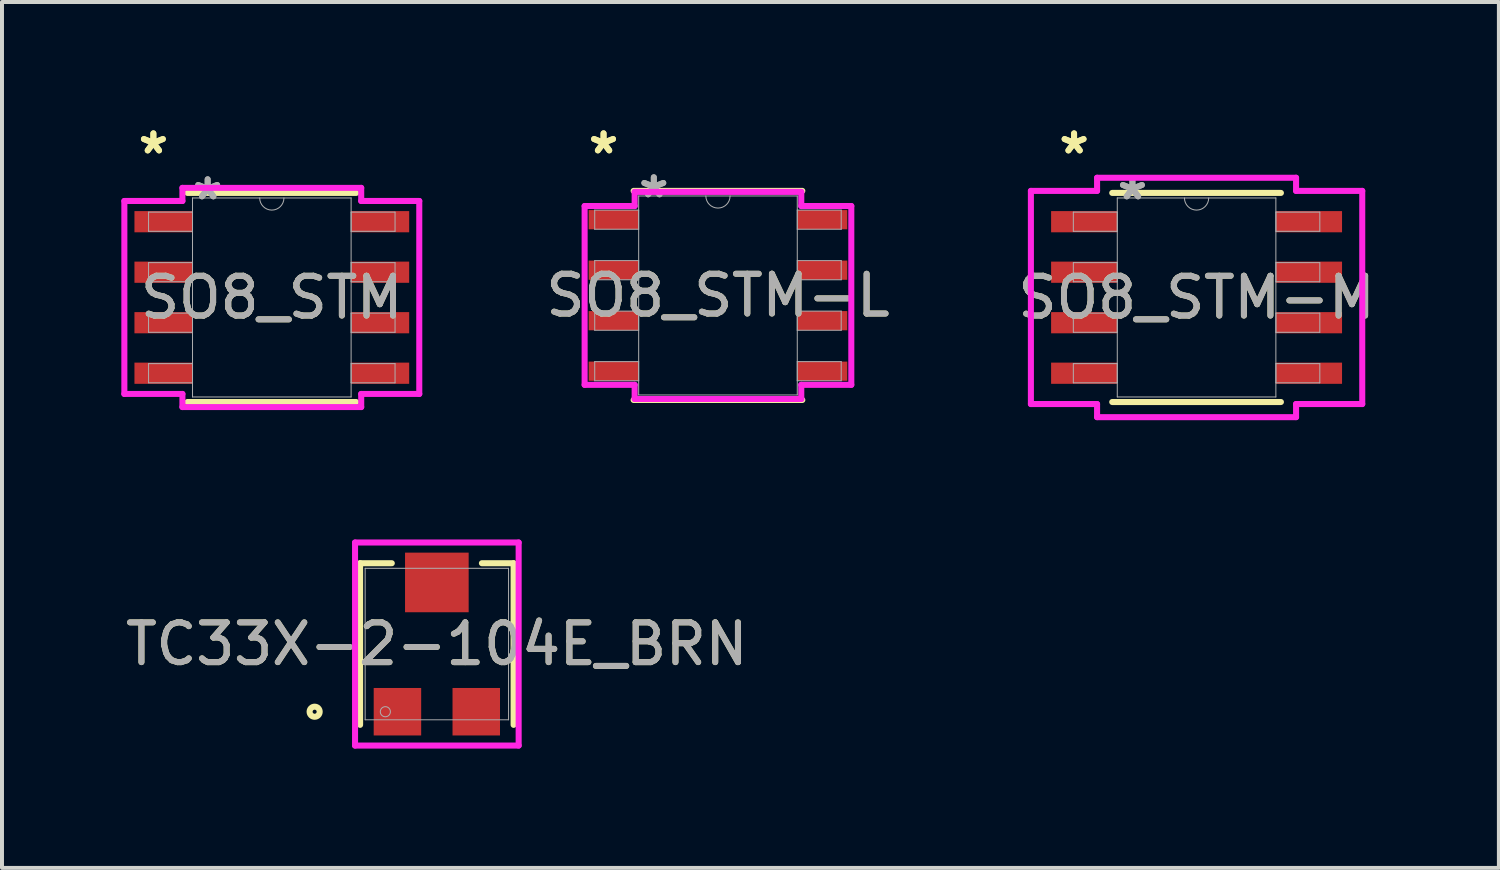
<source format=kicad_pcb>
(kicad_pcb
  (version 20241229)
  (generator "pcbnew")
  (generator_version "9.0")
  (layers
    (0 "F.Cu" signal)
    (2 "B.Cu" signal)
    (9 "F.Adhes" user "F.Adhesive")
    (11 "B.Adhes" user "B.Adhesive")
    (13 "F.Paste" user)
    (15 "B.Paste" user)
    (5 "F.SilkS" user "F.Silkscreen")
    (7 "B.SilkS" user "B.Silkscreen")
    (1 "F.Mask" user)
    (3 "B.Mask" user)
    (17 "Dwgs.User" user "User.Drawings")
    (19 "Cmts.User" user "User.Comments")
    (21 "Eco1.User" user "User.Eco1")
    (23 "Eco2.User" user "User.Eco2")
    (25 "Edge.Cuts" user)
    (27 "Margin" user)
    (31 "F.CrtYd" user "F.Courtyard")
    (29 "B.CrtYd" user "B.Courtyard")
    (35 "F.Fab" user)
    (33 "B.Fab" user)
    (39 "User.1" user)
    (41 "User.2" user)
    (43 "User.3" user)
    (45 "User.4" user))
  (footprint "SO8_STM"
    (layer "F.Cu")
    (at 3.785 4.43)
    (property "Reference" "SO8_STM" (at 0 0 0) (unlocked yes) (layer "F.SilkS") (effects (font (size 1 1) (thickness 0.15))))
    (attr smd)
    (fp_line (start -2.121 2.629) (end 2.121 2.629) (stroke (width 0.152) (type solid)) (layer "F.SilkS"))
    (fp_line (start 2.121 -2.629) (end -2.121 -2.629) (stroke (width 0.152) (type solid)) (layer "F.SilkS"))
    (fp_line (start -3.708 -2.426) (end -2.248 -2.426) (stroke (width 0.152) (type solid)) (layer "F.CrtYd"))
    (fp_line (start -3.708 2.426) (end -3.708 -2.426) (stroke (width 0.152) (type solid)) (layer "F.CrtYd"))
    (fp_line (start -3.708 2.426) (end -2.248 2.426) (stroke (width 0.152) (type solid)) (layer "F.CrtYd"))
    (fp_line (start -2.248 -2.756) (end 2.248 -2.756) (stroke (width 0.152) (type solid)) (layer "F.CrtYd"))
    (fp_line (start -2.248 -2.426) (end -2.248 -2.756) (stroke (width 0.152) (type solid)) (layer "F.CrtYd"))
    (fp_line (start -2.248 2.756) (end -2.248 2.426) (stroke (width 0.152) (type solid)) (layer "F.CrtYd"))
    (fp_line (start 2.248 -2.756) (end 2.248 -2.426) (stroke (width 0.152) (type solid)) (layer "F.CrtYd"))
    (fp_line (start 2.248 2.426) (end 2.248 2.756) (stroke (width 0.152) (type solid)) (layer "F.CrtYd"))
    (fp_line (start 2.248 2.756) (end -2.248 2.756) (stroke (width 0.152) (type solid)) (layer "F.CrtYd"))
    (fp_line (start 3.708 -2.426) (end 2.248 -2.426) (stroke (width 0.152) (type solid)) (layer "F.CrtYd"))
    (fp_line (start 3.708 -2.426) (end 3.708 2.426) (stroke (width 0.152) (type solid)) (layer "F.CrtYd"))
    (fp_line (start 3.708 2.426) (end 2.248 2.426) (stroke (width 0.152) (type solid)) (layer "F.CrtYd"))
    (fp_line (start -3.099 -2.146) (end -3.099 -1.664) (stroke (width 0.025) (type solid)) (layer "F.Fab"))
    (fp_line (start -3.099 -1.664) (end -1.994 -1.664) (stroke (width 0.025) (type solid)) (layer "F.Fab"))
    (fp_line (start -3.099 -0.876) (end -3.099 -0.394) (stroke (width 0.025) (type solid)) (layer "F.Fab"))
    (fp_line (start -3.099 -0.394) (end -1.994 -0.394) (stroke (width 0.025) (type solid)) (layer "F.Fab"))
    (fp_line (start -3.099 0.394) (end -3.099 0.876) (stroke (width 0.025) (type solid)) (layer "F.Fab"))
    (fp_line (start -3.099 0.876) (end -1.994 0.876) (stroke (width 0.025) (type solid)) (layer "F.Fab"))
    (fp_line (start -3.099 1.664) (end -3.099 2.146) (stroke (width 0.025) (type solid)) (layer "F.Fab"))
    (fp_line (start -3.099 2.146) (end -1.994 2.146) (stroke (width 0.025) (type solid)) (layer "F.Fab"))
    (fp_line (start -1.994 -2.502) (end -1.994 2.502) (stroke (width 0.025) (type solid)) (layer "F.Fab"))
    (fp_line (start -1.994 -2.146) (end -3.099 -2.146) (stroke (width 0.025) (type solid)) (layer "F.Fab"))
    (fp_line (start -1.994 -1.664) (end -1.994 -2.146) (stroke (width 0.025) (type solid)) (layer "F.Fab"))
    (fp_line (start -1.994 -0.876) (end -3.099 -0.876) (stroke (width 0.025) (type solid)) (layer "F.Fab"))
    (fp_line (start -1.994 -0.394) (end -1.994 -0.876) (stroke (width 0.025) (type solid)) (layer "F.Fab"))
    (fp_line (start -1.994 0.394) (end -3.099 0.394) (stroke (width 0.025) (type solid)) (layer "F.Fab"))
    (fp_line (start -1.994 0.876) (end -1.994 0.394) (stroke (width 0.025) (type solid)) (layer "F.Fab"))
    (fp_line (start -1.994 1.664) (end -3.099 1.664) (stroke (width 0.025) (type solid)) (layer "F.Fab"))
    (fp_line (start -1.994 2.146) (end -1.994 1.664) (stroke (width 0.025) (type solid)) (layer "F.Fab"))
    (fp_line (start -1.994 2.502) (end 1.994 2.502) (stroke (width 0.025) (type solid)) (layer "F.Fab"))
    (fp_line (start 1.994 -2.502) (end -1.994 -2.502) (stroke (width 0.025) (type solid)) (layer "F.Fab"))
    (fp_line (start 1.994 -2.146) (end 1.994 -1.664) (stroke (width 0.025) (type solid)) (layer "F.Fab"))
    (fp_line (start 1.994 -1.664) (end 3.099 -1.664) (stroke (width 0.025) (type solid)) (layer "F.Fab"))
    (fp_line (start 1.994 -0.876) (end 1.994 -0.394) (stroke (width 0.025) (type solid)) (layer "F.Fab"))
    (fp_line (start 1.994 -0.394) (end 3.099 -0.394) (stroke (width 0.025) (type solid)) (layer "F.Fab"))
    (fp_line (start 1.994 0.394) (end 1.994 0.876) (stroke (width 0.025) (type solid)) (layer "F.Fab"))
    (fp_line (start 1.994 0.876) (end 3.099 0.876) (stroke (width 0.025) (type solid)) (layer "F.Fab"))
    (fp_line (start 1.994 1.664) (end 1.994 2.146) (stroke (width 0.025) (type solid)) (layer "F.Fab"))
    (fp_line (start 1.994 2.146) (end 3.099 2.146) (stroke (width 0.025) (type solid)) (layer "F.Fab"))
    (fp_line (start 1.994 2.502) (end 1.994 -2.502) (stroke (width 0.025) (type solid)) (layer "F.Fab"))
    (fp_line (start 3.099 -2.146) (end 1.994 -2.146) (stroke (width 0.025) (type solid)) (layer "F.Fab"))
    (fp_line (start 3.099 -1.664) (end 3.099 -2.146) (stroke (width 0.025) (type solid)) (layer "F.Fab"))
    (fp_line (start 3.099 -0.876) (end 1.994 -0.876) (stroke (width 0.025) (type solid)) (layer "F.Fab"))
    (fp_line (start 3.099 -0.394) (end 3.099 -0.876) (stroke (width 0.025) (type solid)) (layer "F.Fab"))
    (fp_line (start 3.099 0.394) (end 1.994 0.394) (stroke (width 0.025) (type solid)) (layer "F.Fab"))
    (fp_line (start 3.099 0.876) (end 3.099 0.394) (stroke (width 0.025) (type solid)) (layer "F.Fab"))
    (fp_line (start 3.099 1.664) (end 1.994 1.664) (stroke (width 0.025) (type solid)) (layer "F.Fab"))
    (fp_line (start 3.099 2.146) (end 3.099 1.664) (stroke (width 0.025) (type solid)) (layer "F.Fab"))
    (fp_arc (start 0.3048 -2.5019) (mid 0 -2.1971) (end -0.3048 -2.5019) (stroke (width 0.0254) (type solid)) (layer "F.Fab"))
    (fp_text user "*" (at -2.978 -3.581 0) (unlocked yes) (layer "F.SilkS") (effects (font (size 1 1) (thickness 0.15))))
    (fp_text user "*" (at -2.978 -3.581 0) (layer "F.SilkS") (effects (font (size 1 1) (thickness 0.15))))
    (fp_text user "*" (at -1.613 -2.426 0) (layer "F.Fab") (effects (font (size 1 1) (thickness 0.15))))
    (fp_text user "${REFERENCE}" (at 0 0 0) (unlocked yes) (layer "F.Fab") (effects (font (size 1 1) (thickness 0.15))))
    (fp_text user "*" (at -1.613 -2.426 0) (unlocked yes) (layer "F.Fab") (effects (font (size 1 1) (thickness 0.15))))
    (pad "1" smd rect (at -2.724 -1.905) (size 1.46 0.533) (layers "F.Cu" "F.Mask" "F.Paste"))
    (pad "2" smd rect (at -2.724 -0.635) (size 1.46 0.533) (layers "F.Cu" "F.Mask" "F.Paste"))
    (pad "3" smd rect (at -2.724 0.635) (size 1.46 0.533) (layers "F.Cu" "F.Mask" "F.Paste"))
    (pad "4" smd rect (at -2.724 1.905) (size 1.46 0.533) (layers "F.Cu" "F.Mask" "F.Paste"))
    (pad "5" smd rect (at 2.724 1.905) (size 1.46 0.533) (layers "F.Cu" "F.Mask" "F.Paste"))
    (pad "6" smd rect (at 2.724 0.635) (size 1.46 0.533) (layers "F.Cu" "F.Mask" "F.Paste"))
    (pad "7" smd rect (at 2.724 -0.635) (size 1.46 0.533) (layers "F.Cu" "F.Mask" "F.Paste"))
    (pad "8" smd rect (at 2.724 -1.905) (size 1.46 0.533) (layers "F.Cu" "F.Mask" "F.Paste")))
  (footprint "SO8_STM-L"
    (layer "F.Cu")
    (at 15.004 4.379)
    (property "Reference" "SO8_STM-L" (at 0 0 0) (unlocked yes) (layer "F.SilkS") (effects (font (size 1 1) (thickness 0.15))))
    (attr smd)
    (fp_line (start -2.121 2.629) (end 2.121 2.629) (stroke (width 0.152) (type solid)) (layer "F.SilkS"))
    (fp_line (start 2.121 -2.629) (end -2.121 -2.629) (stroke (width 0.152) (type solid)) (layer "F.SilkS"))
    (fp_line (start -3.353 -2.248) (end -2.095 -2.248) (stroke (width 0.152) (type solid)) (layer "F.CrtYd"))
    (fp_line (start -3.353 2.248) (end -3.353 -2.248) (stroke (width 0.152) (type solid)) (layer "F.CrtYd"))
    (fp_line (start -3.353 2.248) (end -2.095 2.248) (stroke (width 0.152) (type solid)) (layer "F.CrtYd"))
    (fp_line (start -2.095 -2.603) (end 2.095 -2.603) (stroke (width 0.152) (type solid)) (layer "F.CrtYd"))
    (fp_line (start -2.095 -2.248) (end -2.095 -2.603) (stroke (width 0.152) (type solid)) (layer "F.CrtYd"))
    (fp_line (start -2.095 2.603) (end -2.095 2.248) (stroke (width 0.152) (type solid)) (layer "F.CrtYd"))
    (fp_line (start 2.095 -2.603) (end 2.095 -2.248) (stroke (width 0.152) (type solid)) (layer "F.CrtYd"))
    (fp_line (start 2.095 2.248) (end 2.095 2.603) (stroke (width 0.152) (type solid)) (layer "F.CrtYd"))
    (fp_line (start 2.095 2.603) (end -2.095 2.603) (stroke (width 0.152) (type solid)) (layer "F.CrtYd"))
    (fp_line (start 3.353 -2.248) (end 2.095 -2.248) (stroke (width 0.152) (type solid)) (layer "F.CrtYd"))
    (fp_line (start 3.353 -2.248) (end 3.353 2.248) (stroke (width 0.152) (type solid)) (layer "F.CrtYd"))
    (fp_line (start 3.353 2.248) (end 2.095 2.248) (stroke (width 0.152) (type solid)) (layer "F.CrtYd"))
    (fp_line (start -3.099 -2.146) (end -3.099 -1.664) (stroke (width 0.025) (type solid)) (layer "F.Fab"))
    (fp_line (start -3.099 -1.664) (end -1.994 -1.664) (stroke (width 0.025) (type solid)) (layer "F.Fab"))
    (fp_line (start -3.099 -0.876) (end -3.099 -0.394) (stroke (width 0.025) (type solid)) (layer "F.Fab"))
    (fp_line (start -3.099 -0.394) (end -1.994 -0.394) (stroke (width 0.025) (type solid)) (layer "F.Fab"))
    (fp_line (start -3.099 0.394) (end -3.099 0.876) (stroke (width 0.025) (type solid)) (layer "F.Fab"))
    (fp_line (start -3.099 0.876) (end -1.994 0.876) (stroke (width 0.025) (type solid)) (layer "F.Fab"))
    (fp_line (start -3.099 1.664) (end -3.099 2.146) (stroke (width 0.025) (type solid)) (layer "F.Fab"))
    (fp_line (start -3.099 2.146) (end -1.994 2.146) (stroke (width 0.025) (type solid)) (layer "F.Fab"))
    (fp_line (start -1.994 -2.502) (end -1.994 2.502) (stroke (width 0.025) (type solid)) (layer "F.Fab"))
    (fp_line (start -1.994 -2.146) (end -3.099 -2.146) (stroke (width 0.025) (type solid)) (layer "F.Fab"))
    (fp_line (start -1.994 -1.664) (end -1.994 -2.146) (stroke (width 0.025) (type solid)) (layer "F.Fab"))
    (fp_line (start -1.994 -0.876) (end -3.099 -0.876) (stroke (width 0.025) (type solid)) (layer "F.Fab"))
    (fp_line (start -1.994 -0.394) (end -1.994 -0.876) (stroke (width 0.025) (type solid)) (layer "F.Fab"))
    (fp_line (start -1.994 0.394) (end -3.099 0.394) (stroke (width 0.025) (type solid)) (layer "F.Fab"))
    (fp_line (start -1.994 0.876) (end -1.994 0.394) (stroke (width 0.025) (type solid)) (layer "F.Fab"))
    (fp_line (start -1.994 1.664) (end -3.099 1.664) (stroke (width 0.025) (type solid)) (layer "F.Fab"))
    (fp_line (start -1.994 2.146) (end -1.994 1.664) (stroke (width 0.025) (type solid)) (layer "F.Fab"))
    (fp_line (start -1.994 2.502) (end 1.994 2.502) (stroke (width 0.025) (type solid)) (layer "F.Fab"))
    (fp_line (start 1.994 -2.502) (end -1.994 -2.502) (stroke (width 0.025) (type solid)) (layer "F.Fab"))
    (fp_line (start 1.994 -2.146) (end 1.994 -1.664) (stroke (width 0.025) (type solid)) (layer "F.Fab"))
    (fp_line (start 1.994 -1.664) (end 3.099 -1.664) (stroke (width 0.025) (type solid)) (layer "F.Fab"))
    (fp_line (start 1.994 -0.876) (end 1.994 -0.394) (stroke (width 0.025) (type solid)) (layer "F.Fab"))
    (fp_line (start 1.994 -0.394) (end 3.099 -0.394) (stroke (width 0.025) (type solid)) (layer "F.Fab"))
    (fp_line (start 1.994 0.394) (end 1.994 0.876) (stroke (width 0.025) (type solid)) (layer "F.Fab"))
    (fp_line (start 1.994 0.876) (end 3.099 0.876) (stroke (width 0.025) (type solid)) (layer "F.Fab"))
    (fp_line (start 1.994 1.664) (end 1.994 2.146) (stroke (width 0.025) (type solid)) (layer "F.Fab"))
    (fp_line (start 1.994 2.146) (end 3.099 2.146) (stroke (width 0.025) (type solid)) (layer "F.Fab"))
    (fp_line (start 1.994 2.502) (end 1.994 -2.502) (stroke (width 0.025) (type solid)) (layer "F.Fab"))
    (fp_line (start 3.099 -2.146) (end 1.994 -2.146) (stroke (width 0.025) (type solid)) (layer "F.Fab"))
    (fp_line (start 3.099 -1.664) (end 3.099 -2.146) (stroke (width 0.025) (type solid)) (layer "F.Fab"))
    (fp_line (start 3.099 -0.876) (end 1.994 -0.876) (stroke (width 0.025) (type solid)) (layer "F.Fab"))
    (fp_line (start 3.099 -0.394) (end 3.099 -0.876) (stroke (width 0.025) (type solid)) (layer "F.Fab"))
    (fp_line (start 3.099 0.394) (end 1.994 0.394) (stroke (width 0.025) (type solid)) (layer "F.Fab"))
    (fp_line (start 3.099 0.876) (end 3.099 0.394) (stroke (width 0.025) (type solid)) (layer "F.Fab"))
    (fp_line (start 3.099 1.664) (end 1.994 1.664) (stroke (width 0.025) (type solid)) (layer "F.Fab"))
    (fp_line (start 3.099 2.146) (end 3.099 1.664) (stroke (width 0.025) (type solid)) (layer "F.Fab"))
    (fp_arc (start 0.3048 -2.5019) (mid 0 -2.1971) (end -0.3048 -2.5019) (stroke (width 0.0254) (type solid)) (layer "F.Fab"))
    (fp_text user "*" (at -2.877 -3.531 0) (layer "F.SilkS") (effects (font (size 1 1) (thickness 0.15))))
    (fp_text user "*" (at -2.877 -3.531 0) (unlocked yes) (layer "F.SilkS") (effects (font (size 1 1) (thickness 0.15))))
    (fp_text user "${REFERENCE}" (at 0 0 0) (unlocked yes) (layer "F.Fab") (effects (font (size 1 1) (thickness 0.15))))
    (fp_text user "*" (at -1.613 -2.426 0) (unlocked yes) (layer "F.Fab") (effects (font (size 1 1) (thickness 0.15))))
    (fp_text user "*" (at -1.613 -2.426 0) (layer "F.Fab") (effects (font (size 1 1) (thickness 0.15))))
    (pad "1" smd rect (at -2.623 -1.905) (size 1.257 0.483) (layers "F.Cu" "F.Mask" "F.Paste"))
    (pad "2" smd rect (at -2.623 -0.635) (size 1.257 0.483) (layers "F.Cu" "F.Mask" "F.Paste"))
    (pad "3" smd rect (at -2.623 0.635) (size 1.257 0.483) (layers "F.Cu" "F.Mask" "F.Paste"))
    (pad "4" smd rect (at -2.623 1.905) (size 1.257 0.483) (layers "F.Cu" "F.Mask" "F.Paste"))
    (pad "5" smd rect (at 2.623 1.905) (size 1.257 0.483) (layers "F.Cu" "F.Mask" "F.Paste"))
    (pad "6" smd rect (at 2.623 0.635) (size 1.257 0.483) (layers "F.Cu" "F.Mask" "F.Paste"))
    (pad "7" smd rect (at 2.623 -0.635) (size 1.257 0.483) (layers "F.Cu" "F.Mask" "F.Paste"))
    (pad "8" smd rect (at 2.623 -1.905) (size 1.257 0.483) (layers "F.Cu" "F.Mask" "F.Paste")))
  (footprint "TC33X-2-104E_BRN"
    (layer "F.Cu")
    (at 7.935 13.145)
    (property "Reference" "TC33X-2-104E_BRN" (at 0 0 0) (unlocked yes) (layer "F.SilkS") (effects (font (size 1 1) (thickness 0.15))))
    (attr smd)
    (fp_line (start -1.93 -2.032) (end -1.93 2.032) (stroke (width 0.152) (type solid)) (layer "F.SilkS"))
    (fp_line (start -1.133 -2.032) (end -1.93 -2.032) (stroke (width 0.152) (type solid)) (layer "F.SilkS"))
    (fp_line (start 1.93 -2.032) (end 1.133 -2.032) (stroke (width 0.152) (type solid)) (layer "F.SilkS"))
    (fp_line (start 1.93 2.032) (end 1.93 -2.032) (stroke (width 0.152) (type solid)) (layer "F.SilkS"))
    (fp_circle (center -3.073 1.702) (end -2.946 1.702) (stroke (width 0.152) (type solid)) (fill no) (layer "F.SilkS"))
    (fp_line (start -2.057 -2.553) (end 2.057 -2.553) (stroke (width 0.152) (type solid)) (layer "F.CrtYd"))
    (fp_line (start -2.057 2.553) (end -2.057 -2.553) (stroke (width 0.152) (type solid)) (layer "F.CrtYd"))
    (fp_line (start 2.057 -2.553) (end 2.057 2.553) (stroke (width 0.152) (type solid)) (layer "F.CrtYd"))
    (fp_line (start 2.057 2.553) (end -2.057 2.553) (stroke (width 0.152) (type solid)) (layer "F.CrtYd"))
    (fp_line (start -1.803 -1.905) (end -1.803 1.905) (stroke (width 0.025) (type solid)) (layer "F.Fab"))
    (fp_line (start -1.803 1.905) (end 1.803 1.905) (stroke (width 0.025) (type solid)) (layer "F.Fab"))
    (fp_line (start 1.803 -1.905) (end -1.803 -1.905) (stroke (width 0.025) (type solid)) (layer "F.Fab"))
    (fp_line (start 1.803 1.905) (end 1.803 -1.905) (stroke (width 0.025) (type solid)) (layer "F.Fab"))
    (fp_circle (center -1.295 1.702) (end -1.168 1.702) (stroke (width 0.025) (type solid)) (fill no) (layer "F.Fab"))
    (fp_text user "${REFERENCE}" (at 0 0 0) (unlocked yes) (layer "F.Fab") (effects (font (size 1 1) (thickness 0.15))))
    (pad "1" smd rect (at -0.991 1.702) (size 1.194 1.194) (layers "F.Cu" "F.Mask" "F.Paste"))
    (pad "2" smd rect (at 0.991 1.702) (size 1.194 1.194) (layers "F.Cu" "F.Mask" "F.Paste"))
    (pad "3" smd rect (at 0 -1.549) (size 1.6 1.499) (layers "F.Cu" "F.Mask" "F.Paste")))
  (footprint "SO8_STM-M"
    (layer "F.Cu")
    (at 27.039 4.43)
    (property "Reference" "SO8_STM-M" (at 0 0 0) (unlocked yes) (layer "F.SilkS") (effects (font (size 1 1) (thickness 0.15))))
    (attr smd)
    (fp_line (start -2.121 2.629) (end 2.121 2.629) (stroke (width 0.152) (type solid)) (layer "F.SilkS"))
    (fp_line (start 2.121 -2.629) (end -2.121 -2.629) (stroke (width 0.152) (type solid)) (layer "F.SilkS"))
    (fp_line (start -4.166 -2.68) (end -2.502 -2.68) (stroke (width 0.152) (type solid)) (layer "F.CrtYd"))
    (fp_line (start -4.166 2.68) (end -4.166 -2.68) (stroke (width 0.152) (type solid)) (layer "F.CrtYd"))
    (fp_line (start -4.166 2.68) (end -2.502 2.68) (stroke (width 0.152) (type solid)) (layer "F.CrtYd"))
    (fp_line (start -2.502 -3.01) (end 2.502 -3.01) (stroke (width 0.152) (type solid)) (layer "F.CrtYd"))
    (fp_line (start -2.502 -2.68) (end -2.502 -3.01) (stroke (width 0.152) (type solid)) (layer "F.CrtYd"))
    (fp_line (start -2.502 3.01) (end -2.502 2.68) (stroke (width 0.152) (type solid)) (layer "F.CrtYd"))
    (fp_line (start 2.502 -3.01) (end 2.502 -2.68) (stroke (width 0.152) (type solid)) (layer "F.CrtYd"))
    (fp_line (start 2.502 2.68) (end 2.502 3.01) (stroke (width 0.152) (type solid)) (layer "F.CrtYd"))
    (fp_line (start 2.502 3.01) (end -2.502 3.01) (stroke (width 0.152) (type solid)) (layer "F.CrtYd"))
    (fp_line (start 4.166 -2.68) (end 2.502 -2.68) (stroke (width 0.152) (type solid)) (layer "F.CrtYd"))
    (fp_line (start 4.166 -2.68) (end 4.166 2.68) (stroke (width 0.152) (type solid)) (layer "F.CrtYd"))
    (fp_line (start 4.166 2.68) (end 2.502 2.68) (stroke (width 0.152) (type solid)) (layer "F.CrtYd"))
    (fp_line (start -3.099 -2.146) (end -3.099 -1.664) (stroke (width 0.025) (type solid)) (layer "F.Fab"))
    (fp_line (start -3.099 -1.664) (end -1.994 -1.664) (stroke (width 0.025) (type solid)) (layer "F.Fab"))
    (fp_line (start -3.099 -0.876) (end -3.099 -0.394) (stroke (width 0.025) (type solid)) (layer "F.Fab"))
    (fp_line (start -3.099 -0.394) (end -1.994 -0.394) (stroke (width 0.025) (type solid)) (layer "F.Fab"))
    (fp_line (start -3.099 0.394) (end -3.099 0.876) (stroke (width 0.025) (type solid)) (layer "F.Fab"))
    (fp_line (start -3.099 0.876) (end -1.994 0.876) (stroke (width 0.025) (type solid)) (layer "F.Fab"))
    (fp_line (start -3.099 1.664) (end -3.099 2.146) (stroke (width 0.025) (type solid)) (layer "F.Fab"))
    (fp_line (start -3.099 2.146) (end -1.994 2.146) (stroke (width 0.025) (type solid)) (layer "F.Fab"))
    (fp_line (start -1.994 -2.502) (end -1.994 2.502) (stroke (width 0.025) (type solid)) (layer "F.Fab"))
    (fp_line (start -1.994 -2.146) (end -3.099 -2.146) (stroke (width 0.025) (type solid)) (layer "F.Fab"))
    (fp_line (start -1.994 -1.664) (end -1.994 -2.146) (stroke (width 0.025) (type solid)) (layer "F.Fab"))
    (fp_line (start -1.994 -0.876) (end -3.099 -0.876) (stroke (width 0.025) (type solid)) (layer "F.Fab"))
    (fp_line (start -1.994 -0.394) (end -1.994 -0.876) (stroke (width 0.025) (type solid)) (layer "F.Fab"))
    (fp_line (start -1.994 0.394) (end -3.099 0.394) (stroke (width 0.025) (type solid)) (layer "F.Fab"))
    (fp_line (start -1.994 0.876) (end -1.994 0.394) (stroke (width 0.025) (type solid)) (layer "F.Fab"))
    (fp_line (start -1.994 1.664) (end -3.099 1.664) (stroke (width 0.025) (type solid)) (layer "F.Fab"))
    (fp_line (start -1.994 2.146) (end -1.994 1.664) (stroke (width 0.025) (type solid)) (layer "F.Fab"))
    (fp_line (start -1.994 2.502) (end 1.994 2.502) (stroke (width 0.025) (type solid)) (layer "F.Fab"))
    (fp_line (start 1.994 -2.502) (end -1.994 -2.502) (stroke (width 0.025) (type solid)) (layer "F.Fab"))
    (fp_line (start 1.994 -2.146) (end 1.994 -1.664) (stroke (width 0.025) (type solid)) (layer "F.Fab"))
    (fp_line (start 1.994 -1.664) (end 3.099 -1.664) (stroke (width 0.025) (type solid)) (layer "F.Fab"))
    (fp_line (start 1.994 -0.876) (end 1.994 -0.394) (stroke (width 0.025) (type solid)) (layer "F.Fab"))
    (fp_line (start 1.994 -0.394) (end 3.099 -0.394) (stroke (width 0.025) (type solid)) (layer "F.Fab"))
    (fp_line (start 1.994 0.394) (end 1.994 0.876) (stroke (width 0.025) (type solid)) (layer "F.Fab"))
    (fp_line (start 1.994 0.876) (end 3.099 0.876) (stroke (width 0.025) (type solid)) (layer "F.Fab"))
    (fp_line (start 1.994 1.664) (end 1.994 2.146) (stroke (width 0.025) (type solid)) (layer "F.Fab"))
    (fp_line (start 1.994 2.146) (end 3.099 2.146) (stroke (width 0.025) (type solid)) (layer "F.Fab"))
    (fp_line (start 1.994 2.502) (end 1.994 -2.502) (stroke (width 0.025) (type solid)) (layer "F.Fab"))
    (fp_line (start 3.099 -2.146) (end 1.994 -2.146) (stroke (width 0.025) (type solid)) (layer "F.Fab"))
    (fp_line (start 3.099 -1.664) (end 3.099 -2.146) (stroke (width 0.025) (type solid)) (layer "F.Fab"))
    (fp_line (start 3.099 -0.876) (end 1.994 -0.876) (stroke (width 0.025) (type solid)) (layer "F.Fab"))
    (fp_line (start 3.099 -0.394) (end 3.099 -0.876) (stroke (width 0.025) (type solid)) (layer "F.Fab"))
    (fp_line (start 3.099 0.394) (end 1.994 0.394) (stroke (width 0.025) (type solid)) (layer "F.Fab"))
    (fp_line (start 3.099 0.876) (end 3.099 0.394) (stroke (width 0.025) (type solid)) (layer "F.Fab"))
    (fp_line (start 3.099 1.664) (end 1.994 1.664) (stroke (width 0.025) (type solid)) (layer "F.Fab"))
    (fp_line (start 3.099 2.146) (end 3.099 1.664) (stroke (width 0.025) (type solid)) (layer "F.Fab"))
    (fp_arc (start 0.3048 -2.5019) (mid 0 -2.1971) (end -0.3048 -2.5019) (stroke (width 0.0254) (type solid)) (layer "F.Fab"))
    (fp_text user "*" (at -3.08 -3.581 0) (layer "F.SilkS") (effects (font (size 1 1) (thickness 0.15))))
    (fp_text user "*" (at -3.08 -3.581 0) (unlocked yes) (layer "F.SilkS") (effects (font (size 1 1) (thickness 0.15))))
    (fp_text user "*" (at -1.613 -2.426 0) (unlocked yes) (layer "F.Fab") (effects (font (size 1 1) (thickness 0.15))))
    (fp_text user "${REFERENCE}" (at 0 0 0) (unlocked yes) (layer "F.Fab") (effects (font (size 1 1) (thickness 0.15))))
    (fp_text user "*" (at -1.613 -2.426 0) (layer "F.Fab") (effects (font (size 1 1) (thickness 0.15))))
    (pad "1" smd rect (at -2.826 -1.905) (size 1.664 0.533) (layers "F.Cu" "F.Mask" "F.Paste"))
    (pad "2" smd rect (at -2.826 -0.635) (size 1.664 0.533) (layers "F.Cu" "F.Mask" "F.Paste"))
    (pad "3" smd rect (at -2.826 0.635) (size 1.664 0.533) (layers "F.Cu" "F.Mask" "F.Paste"))
    (pad "4" smd rect (at -2.826 1.905) (size 1.664 0.533) (layers "F.Cu" "F.Mask" "F.Paste"))
    (pad "5" smd rect (at 2.826 1.905) (size 1.664 0.533) (layers "F.Cu" "F.Mask" "F.Paste"))
    (pad "6" smd rect (at 2.826 0.635) (size 1.664 0.533) (layers "F.Cu" "F.Mask" "F.Paste"))
    (pad "7" smd rect (at 2.826 -0.635) (size 1.664 0.533) (layers "F.Cu" "F.Mask" "F.Paste"))
    (pad "8" smd rect (at 2.826 -1.905) (size 1.664 0.533) (layers "F.Cu" "F.Mask" "F.Paste")))
  (gr_rect
    (start -3 -3)
    (end 34.641 18.774)
    (stroke (width 0.1) (type default))
    (fill no)
    (layer "Edge.Cuts")))
</source>
